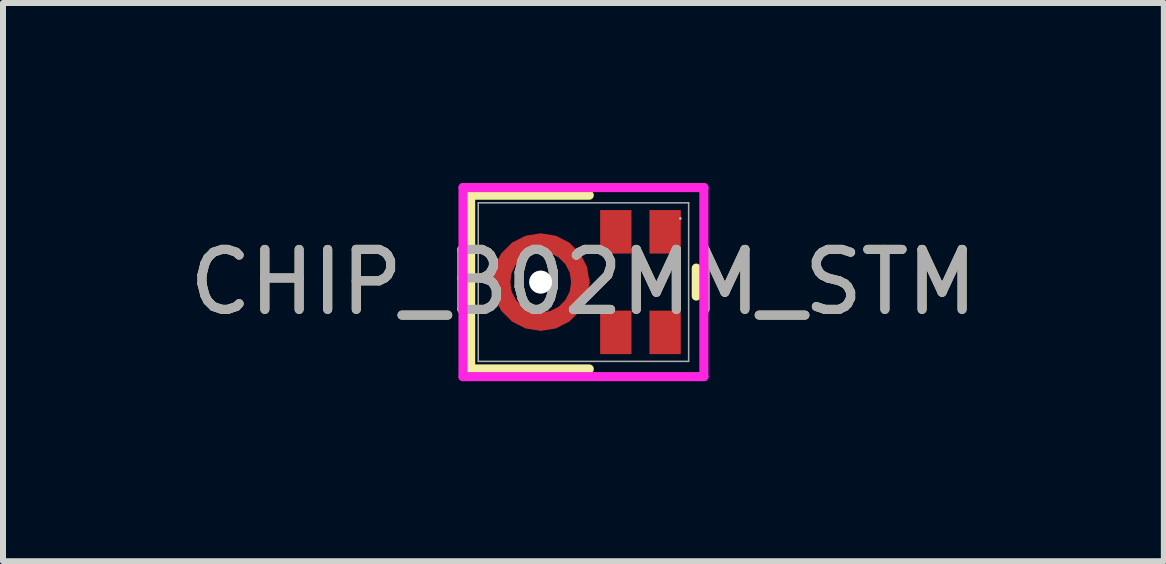
<source format=kicad_pcb>
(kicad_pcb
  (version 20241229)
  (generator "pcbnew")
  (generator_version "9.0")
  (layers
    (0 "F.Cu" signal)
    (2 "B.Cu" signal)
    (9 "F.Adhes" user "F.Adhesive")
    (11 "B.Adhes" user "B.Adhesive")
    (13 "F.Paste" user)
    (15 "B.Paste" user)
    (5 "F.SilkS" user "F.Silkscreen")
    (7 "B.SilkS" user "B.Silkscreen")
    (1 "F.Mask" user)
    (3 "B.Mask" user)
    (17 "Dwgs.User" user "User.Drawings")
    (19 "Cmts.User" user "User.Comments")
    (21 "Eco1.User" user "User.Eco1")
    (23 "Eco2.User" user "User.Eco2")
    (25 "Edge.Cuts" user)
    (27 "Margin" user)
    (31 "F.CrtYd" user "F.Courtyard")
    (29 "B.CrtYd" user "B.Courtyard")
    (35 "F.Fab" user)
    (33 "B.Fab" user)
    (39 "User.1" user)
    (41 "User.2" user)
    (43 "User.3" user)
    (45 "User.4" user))
  (footprint "CHIP_B02MM_STM"
    (layer "F.Cu")
    (at 6.673 1.651)
    (property "Reference" "CHIP_B02MM_STM" (at 0 0 0) (unlocked yes) (layer "F.SilkS") (effects (font (size 1 1) (thickness 0.15))))
    (attr smd)
    (fp_poly (pts (xy 0.097 -0.071) (xy 0.1 0) (xy 0.06 0.251) (xy -0.055 0.478) (xy -0.235 0.658) (xy -0.461 0.773) (xy -0.713 0.813) (xy -0.964 0.773) (xy -1.19 0.658) (xy -1.37 0.478) (xy -1.486 0.251) (xy -1.525 0) (xy -1.522 -0.071) (xy -1.219 -0.044) (xy -1.221 0) (xy -1.196 0.157) (xy -1.124 0.299) (xy -1.011 0.411) (xy -0.87 0.483) (xy -0.713 0.508) (xy -0.556 0.483) (xy -0.414 0.411) (xy -0.302 0.299) (xy -0.229 0.157) (xy -0.205 0) (xy -0.207 -0.044)) (stroke (width 0) (type solid)) (fill yes) (layer "F.Cu"))
    (fp_poly (pts (xy 0.097 0.071) (xy 0.1 0) (xy 0.06 -0.251) (xy -0.055 -0.478) (xy -0.235 -0.658) (xy -0.461 -0.773) (xy -0.713 -0.813) (xy -0.964 -0.773) (xy -1.19 -0.658) (xy -1.37 -0.478) (xy -1.486 -0.251) (xy -1.525 0) (xy -1.522 0.071) (xy -1.219 0.044) (xy -1.221 0) (xy -1.196 -0.157) (xy -1.124 -0.299) (xy -1.011 -0.411) (xy -0.87 -0.483) (xy -0.713 -0.508) (xy -0.556 -0.483) (xy -0.414 -0.411) (xy -0.302 -0.299) (xy -0.229 -0.157) (xy -0.205 0) (xy -0.207 0.044)) (stroke (width 0) (type solid)) (fill yes) (layer "F.Cu"))
    (fp_poly (pts (xy 0.097 -0.071) (xy 0.1 0) (xy 0.06 0.251) (xy -0.055 0.478) (xy -0.235 0.658) (xy -0.461 0.773) (xy -0.713 0.813) (xy -0.964 0.773) (xy -1.19 0.658) (xy -1.37 0.478) (xy -1.486 0.251) (xy -1.525 0) (xy -1.522 -0.071) (xy -1.219 -0.044) (xy -1.221 0) (xy -1.196 0.157) (xy -1.124 0.299) (xy -1.011 0.411) (xy -0.87 0.483) (xy -0.713 0.508) (xy -0.556 0.483) (xy -0.414 0.411) (xy -0.302 0.299) (xy -0.229 0.157) (xy -0.205 0) (xy -0.207 -0.044)) (stroke (width 0) (type solid)) (fill yes) (layer "F.Mask"))
    (fp_poly (pts (xy 0.097 0.071) (xy 0.1 0) (xy 0.06 -0.251) (xy -0.055 -0.478) (xy -0.235 -0.658) (xy -0.461 -0.773) (xy -0.713 -0.813) (xy -0.964 -0.773) (xy -1.19 -0.658) (xy -1.37 -0.478) (xy -1.486 -0.251) (xy -1.525 0) (xy -1.522 0.071) (xy -1.219 0.044) (xy -1.221 0) (xy -1.196 -0.157) (xy -1.124 -0.299) (xy -1.011 -0.411) (xy -0.87 -0.483) (xy -0.713 -0.508) (xy -0.556 -0.483) (xy -0.414 -0.411) (xy -0.302 -0.299) (xy -0.229 -0.157) (xy -0.205 0) (xy -0.207 0.044)) (stroke (width 0) (type solid)) (fill yes) (layer "F.Mask"))
    (fp_line (start -1.88 -1.448) (end -1.88 1.448) (stroke (width 0.152) (type solid)) (layer "F.SilkS"))
    (fp_line (start -1.88 1.448) (end 0.097 1.448) (stroke (width 0.152) (type solid)) (layer "F.SilkS"))
    (fp_line (start 0.097 -1.448) (end -1.88 -1.448) (stroke (width 0.152) (type solid)) (layer "F.SilkS"))
    (fp_line (start 1.88 0.233) (end 1.88 -0.233) (stroke (width 0.152) (type solid)) (layer "F.SilkS"))
    (fp_poly (pts (xy 0.097 -0.071) (xy 0.1 0) (xy 0.06 0.251) (xy -0.055 0.478) (xy -0.235 0.658) (xy -0.461 0.773) (xy -0.713 0.813) (xy -0.964 0.773) (xy -1.19 0.658) (xy -1.37 0.478) (xy -1.486 0.251) (xy -1.525 0) (xy -1.522 -0.071) (xy -1.219 -0.044) (xy -1.221 0) (xy -1.196 0.157) (xy -1.124 0.299) (xy -1.011 0.411) (xy -0.87 0.483) (xy -0.713 0.508) (xy -0.556 0.483) (xy -0.414 0.411) (xy -0.302 0.299) (xy -0.229 0.157) (xy -0.205 0) (xy -0.207 -0.044)) (stroke (width 0) (type solid)) (fill yes) (layer "F.Paste"))
    (fp_poly (pts (xy 0.097 0.071) (xy 0.1 0) (xy 0.06 -0.251) (xy -0.055 -0.478) (xy -0.235 -0.658) (xy -0.461 -0.773) (xy -0.713 -0.813) (xy -0.964 -0.773) (xy -1.19 -0.658) (xy -1.37 -0.478) (xy -1.486 -0.251) (xy -1.525 0) (xy -1.522 0.071) (xy -1.219 0.044) (xy -1.221 0) (xy -1.196 -0.157) (xy -1.124 -0.299) (xy -1.011 -0.411) (xy -0.87 -0.483) (xy -0.713 -0.508) (xy -0.556 -0.483) (xy -0.414 -0.411) (xy -0.302 -0.299) (xy -0.229 -0.157) (xy -0.205 0) (xy -0.207 0.044)) (stroke (width 0) (type solid)) (fill yes) (layer "F.Paste"))
    (fp_line (start -2.007 -1.575) (end 2.007 -1.575) (stroke (width 0.152) (type solid)) (layer "F.CrtYd"))
    (fp_line (start -2.007 1.575) (end -2.007 -1.575) (stroke (width 0.152) (type solid)) (layer "F.CrtYd"))
    (fp_line (start 2.007 -1.575) (end 2.007 1.575) (stroke (width 0.152) (type solid)) (layer "F.CrtYd"))
    (fp_line (start 2.007 1.575) (end -2.007 1.575) (stroke (width 0.152) (type solid)) (layer "F.CrtYd"))
    (fp_line (start -1.753 -1.321) (end -1.753 1.321) (stroke (width 0.025) (type solid)) (layer "F.Fab"))
    (fp_line (start -1.753 1.321) (end 1.753 1.321) (stroke (width 0.025) (type solid)) (layer "F.Fab"))
    (fp_line (start 1.753 -1.321) (end -1.753 -1.321) (stroke (width 0.025) (type solid)) (layer "F.Fab"))
    (fp_line (start 1.753 1.321) (end 1.753 -1.321) (stroke (width 0.025) (type solid)) (layer "F.Fab"))
    (fp_circle (center 1.615 -1.06) (end 1.615 -1.06) (stroke (width 0.025) (type solid)) (fill no) (layer "F.Fab"))
    (fp_text user "${REFERENCE}" (at 0 0 0) (unlocked yes) (layer "F.Fab") (effects (font (size 1 1) (thickness 0.15))))
    (pad "1" smd rect (at 1.361 -0.838 90) (size 0.725 0.522) (layers "F.Cu" "F.Mask" "F.Paste"))
    (pad "2" smd rect (at 0.539 -0.838 90) (size 0.725 0.522) (layers "F.Cu" "F.Mask" "F.Paste"))
    (pad "3" smd rect (at -1.373 0) (size 0.051 0.051) (layers "F.Cu" "F.Mask" "F.Paste"))
    (pad "4" smd rect (at 0.539 0.838 90) (size 0.725 0.522) (layers "F.Cu" "F.Mask" "F.Paste"))
    (pad "5" smd rect (at 1.361 0.838 90) (size 0.725 0.522) (layers "F.Cu" "F.Mask" "F.Paste"))
    (pad "6" thru_hole circle (at -0.713 0) (size 0.381 0.381) (drill 0.381) (layers "*.Cu" "*.Mask")))
  (gr_rect
    (start -3 -3)
    (end 16.345 6.302)
    (stroke (width 0.1) (type default))
    (fill no)
    (layer "Edge.Cuts")))
</source>
